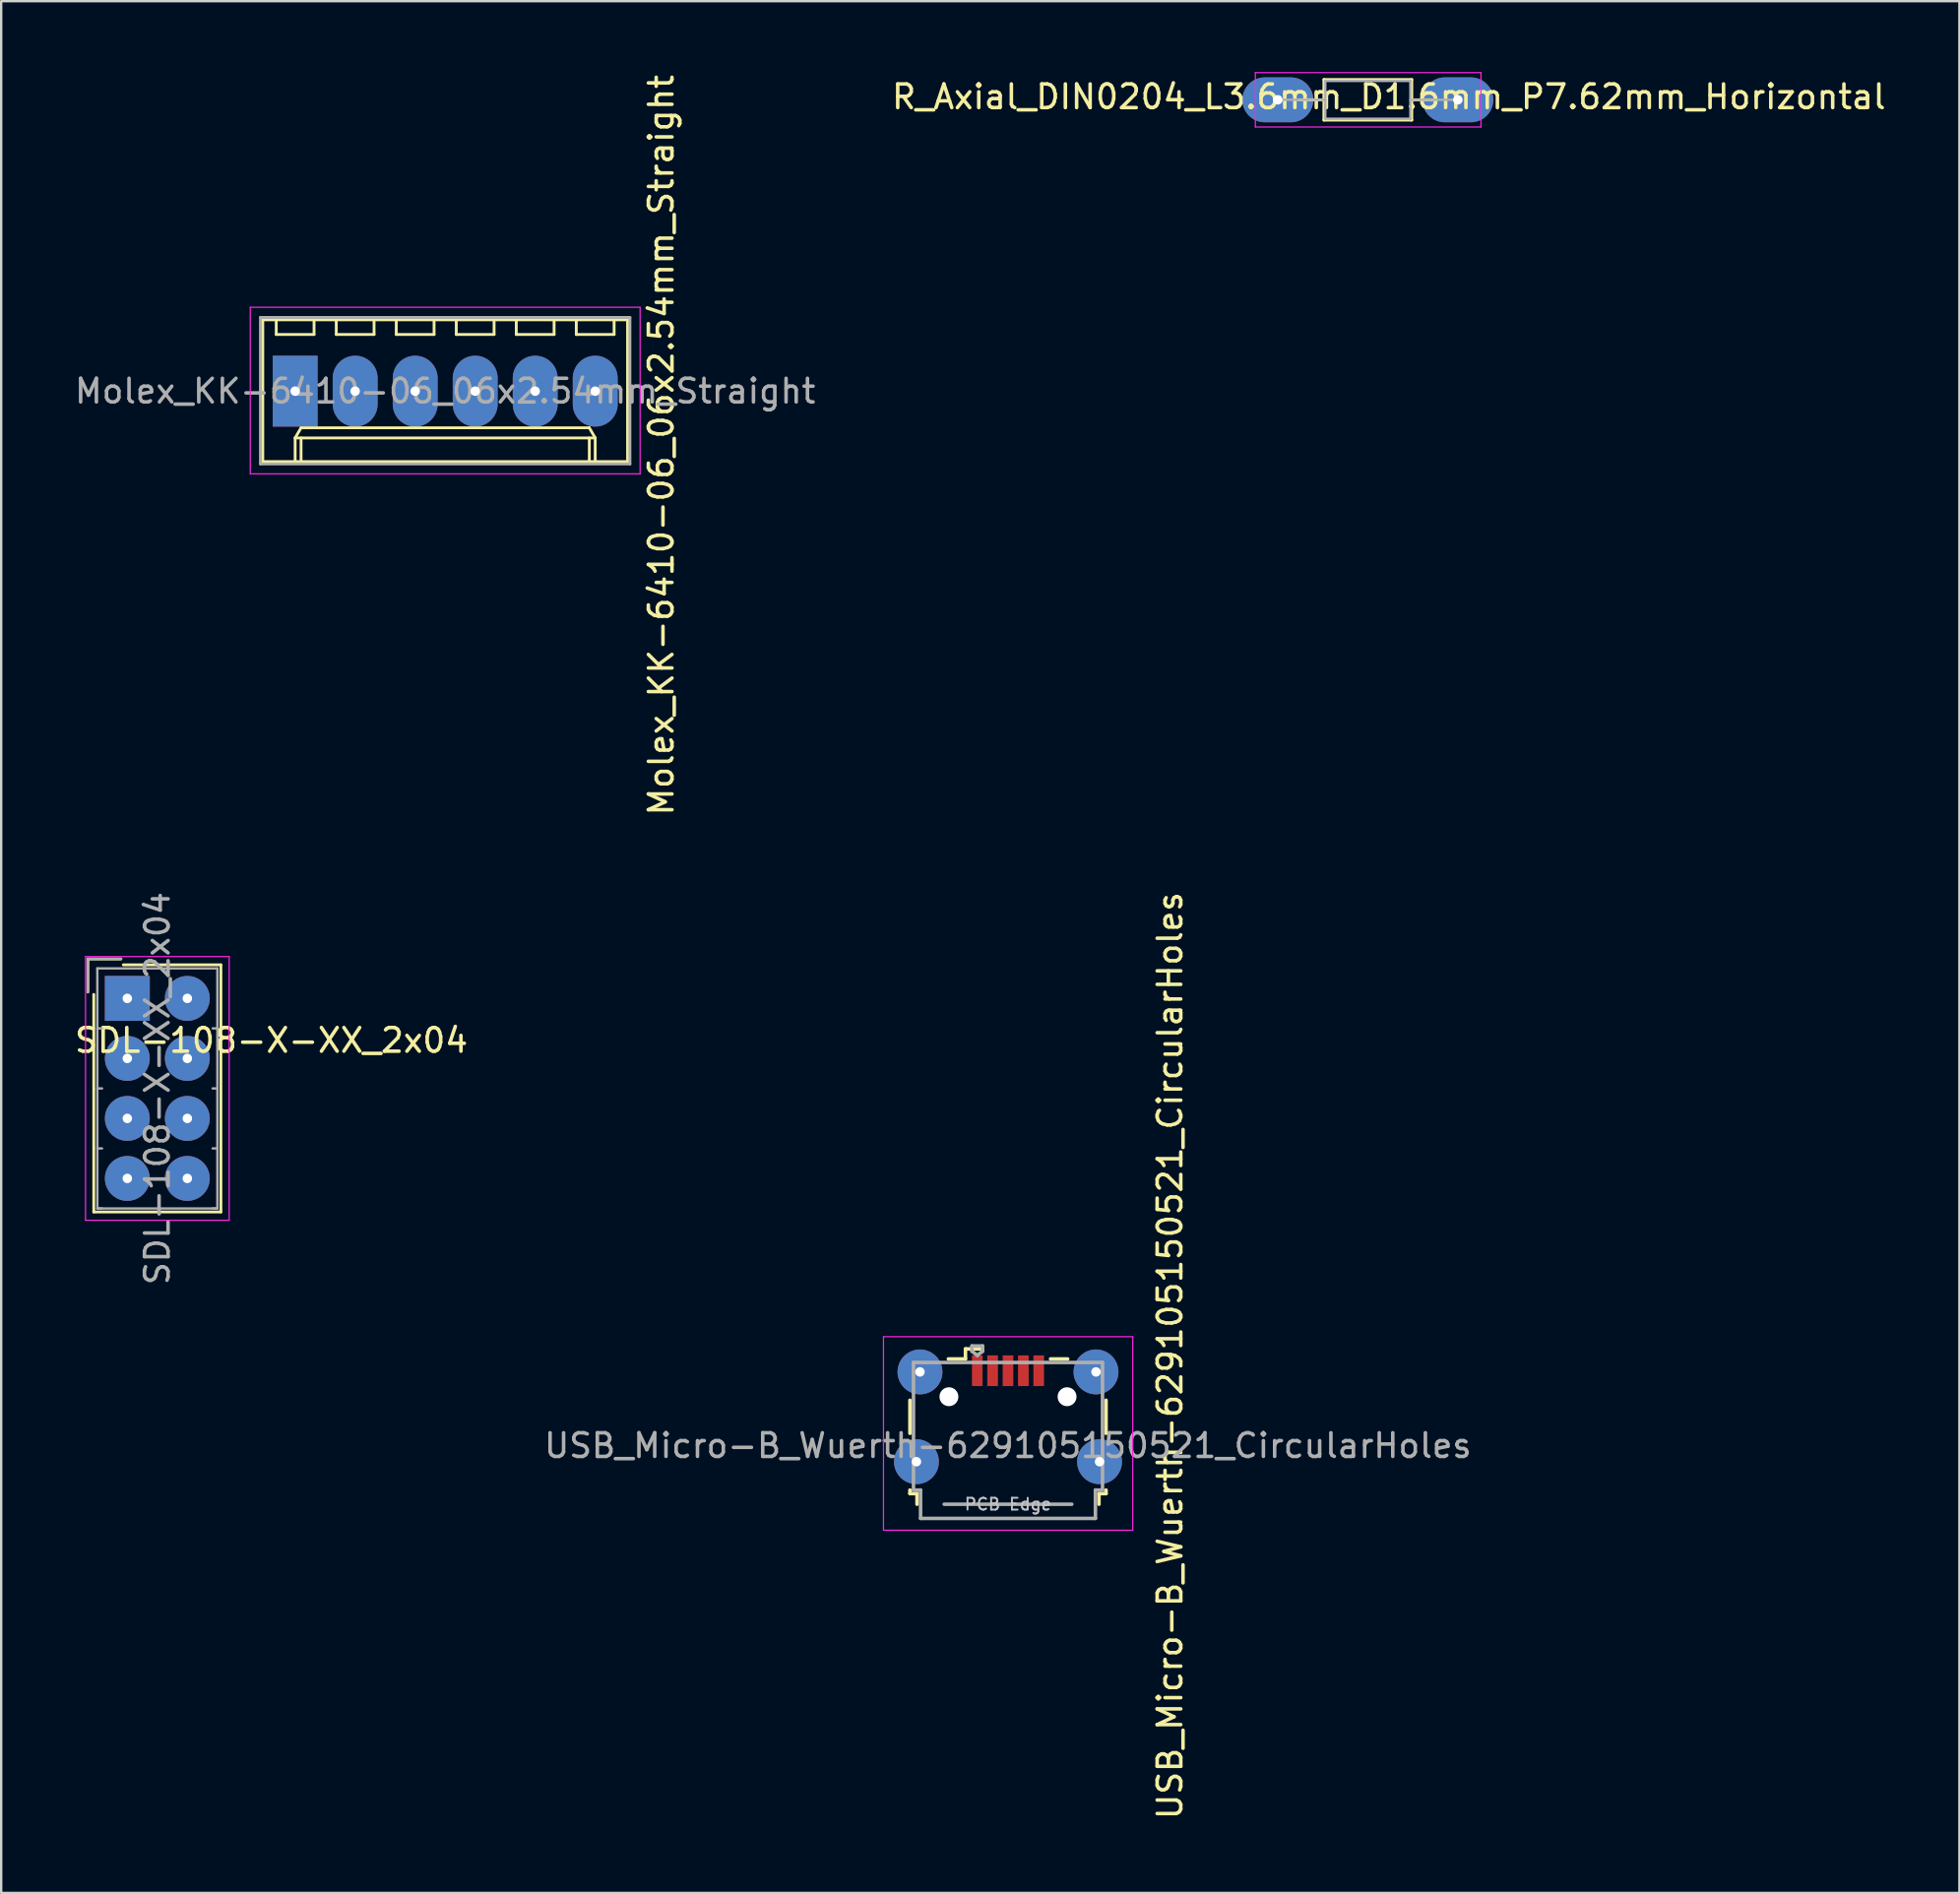
<source format=kicad_pcb>
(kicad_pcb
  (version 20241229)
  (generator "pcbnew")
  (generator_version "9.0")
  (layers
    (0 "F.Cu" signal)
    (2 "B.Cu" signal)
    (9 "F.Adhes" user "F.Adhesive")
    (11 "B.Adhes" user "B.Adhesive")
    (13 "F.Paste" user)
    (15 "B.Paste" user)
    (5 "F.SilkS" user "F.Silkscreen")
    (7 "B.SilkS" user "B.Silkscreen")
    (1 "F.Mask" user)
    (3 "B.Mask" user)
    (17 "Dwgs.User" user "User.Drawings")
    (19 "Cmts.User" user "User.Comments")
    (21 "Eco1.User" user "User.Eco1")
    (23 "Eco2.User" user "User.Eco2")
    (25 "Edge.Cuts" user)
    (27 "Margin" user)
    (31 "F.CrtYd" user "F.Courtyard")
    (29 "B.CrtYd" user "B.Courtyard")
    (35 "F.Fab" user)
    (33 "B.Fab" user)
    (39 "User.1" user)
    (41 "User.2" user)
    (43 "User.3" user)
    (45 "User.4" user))
  (footprint "USB_Micro-B_Wuerth-629105150521_CircularHoles"
    (layer "F.Cu")
    (at 39.613 56.867)
    (property "Reference" "USB_Micro-B_Wuerth-629105150521_CircularHoles" (at 6.858 -2.54 90) (layer "F.SilkS") (effects (font (size 1 1) (thickness 0.15))))
    (attr smd)
    (fp_line (start -4.15 -0.65) (end -4.15 0.75) (stroke (width 0.15) (type solid)) (layer "F.SilkS"))
    (fp_line (start -4.15 3.15) (end -4.15 3.3) (stroke (width 0.15) (type solid)) (layer "F.SilkS"))
    (fp_line (start -4.15 3.3) (end -3.85 3.3) (stroke (width 0.15) (type solid)) (layer "F.SilkS"))
    (fp_line (start -3.85 3.3) (end -3.85 3.75) (stroke (width 0.15) (type solid)) (layer "F.SilkS"))
    (fp_line (start -1.8 -2.825) (end -1.8 -2.4) (stroke (width 0.15) (type solid)) (layer "F.SilkS"))
    (fp_line (start -1.8 -2.4) (end -2.525 -2.4) (stroke (width 0.15) (type solid)) (layer "F.SilkS"))
    (fp_line (start -1.075 -2.825) (end -1.8 -2.825) (stroke (width 0.15) (type solid)) (layer "F.SilkS"))
    (fp_line (start 1.8 -2.4) (end 2.525 -2.4) (stroke (width 0.15) (type solid)) (layer "F.SilkS"))
    (fp_line (start 3.85 3.3) (end 4.15 3.3) (stroke (width 0.15) (type solid)) (layer "F.SilkS"))
    (fp_line (start 3.85 3.75) (end 3.85 3.3) (stroke (width 0.15) (type solid)) (layer "F.SilkS"))
    (fp_line (start 4.15 0.75) (end 4.15 -0.65) (stroke (width 0.15) (type solid)) (layer "F.SilkS"))
    (fp_line (start 4.15 3.3) (end 4.15 3.15) (stroke (width 0.15) (type solid)) (layer "F.SilkS"))
    (fp_line (start -5.27 -3.34) (end -5.27 4.85) (stroke (width 0.05) (type solid)) (layer "F.CrtYd"))
    (fp_line (start -5.27 4.85) (end 5.28 4.85) (stroke (width 0.05) (type solid)) (layer "F.CrtYd"))
    (fp_line (start 5.28 -3.34) (end -5.27 -3.34) (stroke (width 0.05) (type solid)) (layer "F.CrtYd"))
    (fp_line (start 5.28 4.85) (end 5.28 -3.34) (stroke (width 0.05) (type solid)) (layer "F.CrtYd"))
    (fp_line (start -4 -2.25) (end -4 3.15) (stroke (width 0.15) (type solid)) (layer "F.Fab"))
    (fp_line (start -4 3.15) (end -3.7 3.15) (stroke (width 0.15) (type solid)) (layer "F.Fab"))
    (fp_line (start -3.7 3.15) (end -3.7 4.35) (stroke (width 0.15) (type solid)) (layer "F.Fab"))
    (fp_line (start -3.7 4.35) (end 3.7 4.35) (stroke (width 0.15) (type solid)) (layer "F.Fab"))
    (fp_line (start -2.7 3.75) (end 2.7 3.75) (stroke (width 0.15) (type solid)) (layer "F.Fab"))
    (fp_line (start -1.525 -2.95) (end -1.075 -2.95) (stroke (width 0.15) (type solid)) (layer "F.Fab"))
    (fp_line (start -1.525 -2.725) (end -1.525 -2.95) (stroke (width 0.15) (type solid)) (layer "F.Fab"))
    (fp_line (start -1.3 -2.55) (end -1.525 -2.725) (stroke (width 0.15) (type solid)) (layer "F.Fab"))
    (fp_line (start -1.075 -2.95) (end -1.075 -2.725) (stroke (width 0.15) (type solid)) (layer "F.Fab"))
    (fp_line (start -1.075 -2.725) (end -1.3 -2.55) (stroke (width 0.15) (type solid)) (layer "F.Fab"))
    (fp_line (start 3.7 3.15) (end 4 3.15) (stroke (width 0.15) (type solid)) (layer "F.Fab"))
    (fp_line (start 3.7 4.35) (end 3.7 3.15) (stroke (width 0.15) (type solid)) (layer "F.Fab"))
    (fp_line (start 4 -2.25) (end -4 -2.25) (stroke (width 0.15) (type solid)) (layer "F.Fab"))
    (fp_line (start 4 3.15) (end 4 -2.25) (stroke (width 0.15) (type solid)) (layer "F.Fab"))
    (fp_text user "PCB Edge" (at 0 3.75 0) (layer "Dwgs.User") (effects (font (size 0.5 0.5) (thickness 0.08))))
    (fp_text user "${REFERENCE}" (at 0 1.27 0) (layer "F.Fab") (effects (font (size 1 1) (thickness 0.15))))
    (pad "" np_thru_hole circle (at -2.5 -0.8) (size 0.8 0.8) (drill 0.8) (layers "*.Cu" "*.Mask"))
    (pad "" np_thru_hole circle (at 2.5 -0.8) (size 0.8 0.8) (drill 0.8) (layers "*.Cu" "*.Mask"))
    (pad "1" smd rect (at -1.3 -1.9) (size 0.45 1.3) (layers "F.Cu" "F.Mask" "F.Paste"))
    (pad "2" smd rect (at -0.65 -1.9) (size 0.45 1.3) (layers "F.Cu" "F.Mask" "F.Paste"))
    (pad "3" smd rect (at 0 -1.9) (size 0.45 1.3) (layers "F.Cu" "F.Mask" "F.Paste"))
    (pad "4" smd rect (at 0.65 -1.9) (size 0.45 1.3) (layers "F.Cu" "F.Mask" "F.Paste"))
    (pad "5" smd rect (at 1.3 -1.9) (size 0.45 1.3) (layers "F.Cu" "F.Mask" "F.Paste"))
    (pad "6" thru_hole circle (at -3.875 1.95) (size 1.9 1.9) (drill 0.4) (layers "*.Cu" "*.Mask"))
    (pad "6" thru_hole circle (at -3.725 -1.85) (size 1.9 1.9) (drill 0.4) (layers "*.Cu" "*.Mask"))
    (pad "6" thru_hole circle (at 3.725 -1.85) (size 1.9 1.9) (drill 0.4) (layers "*.Cu" "*.Mask"))
    (pad "6" thru_hole circle (at 3.875 1.95) (size 1.9 1.9) (drill 0.4) (layers "*.Cu" "*.Mask")))
  (footprint "SDL-108-X-XX_2x04"
    (layer "F.Cu")
    (at 2.339 39.208)
    (property "Reference" "SDL-108-X-XX_2x04" (at 6.096 1.778 180) (layer "F.SilkS") (effects (font (size 1 1) (thickness 0.15))))
    (attr through_hole)
    (fp_line (start -1.67 -1.67) (end -1.67 -0.27) (stroke (width 0.12) (type solid)) (layer "F.SilkS"))
    (fp_line (start -1.42 9.04) (end -1.42 -0.17) (stroke (width 0.12) (type solid)) (layer "F.SilkS"))
    (fp_line (start -0.27 -1.67) (end -1.67 -1.67) (stroke (width 0.12) (type solid)) (layer "F.SilkS"))
    (fp_line (start -0.17 -1.42) (end 3.96 -1.42) (stroke (width 0.12) (type solid)) (layer "F.SilkS"))
    (fp_line (start 3.96 -1.42) (end 3.96 9.04) (stroke (width 0.12) (type solid)) (layer "F.SilkS"))
    (fp_line (start 3.96 9.04) (end -1.42 9.04) (stroke (width 0.12) (type solid)) (layer "F.SilkS"))
    (fp_line (start -1.77 -1.77) (end -1.77 9.39) (stroke (width 0.05) (type solid)) (layer "F.CrtYd"))
    (fp_line (start -1.77 9.39) (end 4.31 9.39) (stroke (width 0.05) (type solid)) (layer "F.CrtYd"))
    (fp_line (start 4.31 -1.77) (end -1.77 -1.77) (stroke (width 0.05) (type solid)) (layer "F.CrtYd"))
    (fp_line (start 4.31 9.39) (end 4.31 -1.77) (stroke (width 0.05) (type solid)) (layer "F.CrtYd"))
    (fp_line (start -1.67 -1.67) (end -1.67 -0.27) (stroke (width 0.1) (type solid)) (layer "F.Fab"))
    (fp_line (start -1.27 -1.27) (end -1.27 8.89) (stroke (width 0.1) (type solid)) (layer "F.Fab"))
    (fp_line (start -1.27 1.27) (end -1.07 1.27) (stroke (width 0.1) (type solid)) (layer "F.Fab"))
    (fp_line (start -1.27 3.81) (end -1.07 3.81) (stroke (width 0.1) (type solid)) (layer "F.Fab"))
    (fp_line (start -1.27 6.35) (end -1.07 6.35) (stroke (width 0.1) (type solid)) (layer "F.Fab"))
    (fp_line (start -1.27 8.89) (end -1.07 8.89) (stroke (width 0.1) (type solid)) (layer "F.Fab"))
    (fp_line (start -1.27 8.89) (end 3.81 8.89) (stroke (width 0.1) (type solid)) (layer "F.Fab"))
    (fp_line (start -0.27 -1.67) (end -1.67 -1.67) (stroke (width 0.1) (type solid)) (layer "F.Fab"))
    (fp_line (start 3.81 -1.27) (end -1.27 -1.27) (stroke (width 0.1) (type solid)) (layer "F.Fab"))
    (fp_line (start 3.81 1.27) (end 3.61 1.27) (stroke (width 0.1) (type solid)) (layer "F.Fab"))
    (fp_line (start 3.81 3.81) (end 3.61 3.81) (stroke (width 0.1) (type solid)) (layer "F.Fab"))
    (fp_line (start 3.81 6.35) (end 3.61 6.35) (stroke (width 0.1) (type solid)) (layer "F.Fab"))
    (fp_line (start 3.81 8.89) (end 3.61 8.89) (stroke (width 0.1) (type solid)) (layer "F.Fab"))
    (fp_line (start 3.81 8.89) (end 3.81 -1.27) (stroke (width 0.1) (type solid)) (layer "F.Fab"))
    (fp_text user "${REFERENCE}" (at 1.27 3.81 90) (layer "F.Fab") (effects (font (size 1 1) (thickness 0.15))))
    (pad "1" thru_hole rect (at 0 0) (size 1.9 1.9) (drill 0.4) (layers "*.Cu" "*.Mask"))
    (pad "2" thru_hole circle (at 2.54 0) (size 1.9 1.9) (drill 0.4) (layers "*.Cu" "*.Mask"))
    (pad "3" thru_hole circle (at 0 2.54) (size 1.9 1.9) (drill 0.4) (layers "*.Cu" "*.Mask"))
    (pad "4" thru_hole circle (at 2.54 2.54) (size 1.9 1.9) (drill 0.4) (layers "*.Cu" "*.Mask"))
    (pad "5" thru_hole circle (at 0 5.08) (size 1.9 1.9) (drill 0.4) (layers "*.Cu" "*.Mask"))
    (pad "6" thru_hole circle (at 2.54 5.08) (size 1.9 1.9) (drill 0.4) (layers "*.Cu" "*.Mask"))
    (pad "7" thru_hole circle (at 0 7.62) (size 1.9 1.9) (drill 0.4) (layers "*.Cu" "*.Mask"))
    (pad "8" thru_hole circle (at 2.54 7.62) (size 1.9 1.9) (drill 0.4) (layers "*.Cu" "*.Mask")))
  (footprint "R_Axial_DIN0204_L3.6mm_D1.6mm_P7.62mm_Horizontal"
    (layer "F.Cu")
    (at 51.033 1.175)
    (property "Reference" "R_Axial_DIN0204_L3.6mm_D1.6mm_P7.62mm_Horizontal" (at 4.699 -0.127 180) (layer "F.SilkS") (effects (font (size 1 1) (thickness 0.15))))
    (attr through_hole)
    (fp_line (start 0.88 0) (end 1.95 0) (stroke (width 0.12) (type solid)) (layer "F.SilkS"))
    (fp_line (start 1.95 -0.86) (end 1.95 0.86) (stroke (width 0.12) (type solid)) (layer "F.SilkS"))
    (fp_line (start 1.95 0.86) (end 5.67 0.86) (stroke (width 0.12) (type solid)) (layer "F.SilkS"))
    (fp_line (start 5.67 -0.86) (end 1.95 -0.86) (stroke (width 0.12) (type solid)) (layer "F.SilkS"))
    (fp_line (start 5.67 0.86) (end 5.67 -0.86) (stroke (width 0.12) (type solid)) (layer "F.SilkS"))
    (fp_line (start 6.74 0) (end 5.67 0) (stroke (width 0.12) (type solid)) (layer "F.SilkS"))
    (fp_line (start -0.95 -1.15) (end -0.95 1.15) (stroke (width 0.05) (type solid)) (layer "F.CrtYd"))
    (fp_line (start -0.95 1.15) (end 8.6 1.15) (stroke (width 0.05) (type solid)) (layer "F.CrtYd"))
    (fp_line (start 8.6 -1.15) (end -0.95 -1.15) (stroke (width 0.05) (type solid)) (layer "F.CrtYd"))
    (fp_line (start 8.6 1.15) (end 8.6 -1.15) (stroke (width 0.05) (type solid)) (layer "F.CrtYd"))
    (fp_line (start 0 0) (end 2.01 0) (stroke (width 0.1) (type solid)) (layer "F.Fab"))
    (fp_line (start 2.01 -0.8) (end 2.01 0.8) (stroke (width 0.1) (type solid)) (layer "F.Fab"))
    (fp_line (start 2.01 0.8) (end 5.61 0.8) (stroke (width 0.1) (type solid)) (layer "F.Fab"))
    (fp_line (start 5.61 -0.8) (end 2.01 -0.8) (stroke (width 0.1) (type solid)) (layer "F.Fab"))
    (fp_line (start 5.61 0.8) (end 5.61 -0.8) (stroke (width 0.1) (type solid)) (layer "F.Fab"))
    (fp_line (start 7.62 0) (end 5.61 0) (stroke (width 0.1) (type solid)) (layer "F.Fab"))
    (pad "1" thru_hole oval (at 0 0) (size 3 1.9) (drill 0.4) (layers "*.Cu" "*.Mask"))
    (pad "2" thru_hole oval (at 7.62 0) (size 3 1.9) (drill 0.4) (layers "*.Cu" "*.Mask")))
  (footprint "Molex_KK-6410-06_06x2.54mm_Straight"
    (layer "F.Cu")
    (at 9.442 13.506)
    (property "Reference" "Molex_KK-6410-06_06x2.54mm_Straight" (at 15.494 2.286 270) (layer "F.SilkS") (effects (font (size 1 1) (thickness 0.15))))
    (attr through_hole)
    (fp_line (start -1.37 -3.02) (end -1.37 2.98) (stroke (width 0.12) (type solid)) (layer "F.SilkS"))
    (fp_line (start -1.37 2.98) (end 14.07 2.98) (stroke (width 0.12) (type solid)) (layer "F.SilkS"))
    (fp_line (start -0.8 -3.02) (end -0.8 -2.4) (stroke (width 0.12) (type solid)) (layer "F.SilkS"))
    (fp_line (start -0.8 -2.4) (end 0.8 -2.4) (stroke (width 0.12) (type solid)) (layer "F.SilkS"))
    (fp_line (start 0 1.98) (end 0.25 1.55) (stroke (width 0.12) (type solid)) (layer "F.SilkS"))
    (fp_line (start 0 1.98) (end 12.7 1.98) (stroke (width 0.12) (type solid)) (layer "F.SilkS"))
    (fp_line (start 0 2.98) (end 0 1.98) (stroke (width 0.12) (type solid)) (layer "F.SilkS"))
    (fp_line (start 0.25 1.55) (end 12.45 1.55) (stroke (width 0.12) (type solid)) (layer "F.SilkS"))
    (fp_line (start 0.25 2.98) (end 0.25 1.98) (stroke (width 0.12) (type solid)) (layer "F.SilkS"))
    (fp_line (start 0.8 -2.4) (end 0.8 -3.02) (stroke (width 0.12) (type solid)) (layer "F.SilkS"))
    (fp_line (start 1.74 -3.02) (end 1.74 -2.4) (stroke (width 0.12) (type solid)) (layer "F.SilkS"))
    (fp_line (start 1.74 -2.4) (end 3.34 -2.4) (stroke (width 0.12) (type solid)) (layer "F.SilkS"))
    (fp_line (start 3.34 -2.4) (end 3.34 -3.02) (stroke (width 0.12) (type solid)) (layer "F.SilkS"))
    (fp_line (start 4.28 -3.02) (end 4.28 -2.4) (stroke (width 0.12) (type solid)) (layer "F.SilkS"))
    (fp_line (start 4.28 -2.4) (end 5.88 -2.4) (stroke (width 0.12) (type solid)) (layer "F.SilkS"))
    (fp_line (start 5.88 -2.4) (end 5.88 -3.02) (stroke (width 0.12) (type solid)) (layer "F.SilkS"))
    (fp_line (start 6.82 -3.02) (end 6.82 -2.4) (stroke (width 0.12) (type solid)) (layer "F.SilkS"))
    (fp_line (start 6.82 -2.4) (end 8.42 -2.4) (stroke (width 0.12) (type solid)) (layer "F.SilkS"))
    (fp_line (start 8.42 -2.4) (end 8.42 -3.02) (stroke (width 0.12) (type solid)) (layer "F.SilkS"))
    (fp_line (start 9.36 -3.02) (end 9.36 -2.4) (stroke (width 0.12) (type solid)) (layer "F.SilkS"))
    (fp_line (start 9.36 -2.4) (end 10.96 -2.4) (stroke (width 0.12) (type solid)) (layer "F.SilkS"))
    (fp_line (start 10.96 -2.4) (end 10.96 -3.02) (stroke (width 0.12) (type solid)) (layer "F.SilkS"))
    (fp_line (start 11.9 -3.02) (end 11.9 -2.4) (stroke (width 0.12) (type solid)) (layer "F.SilkS"))
    (fp_line (start 11.9 -2.4) (end 13.5 -2.4) (stroke (width 0.12) (type solid)) (layer "F.SilkS"))
    (fp_line (start 12.45 1.55) (end 12.7 1.98) (stroke (width 0.12) (type solid)) (layer "F.SilkS"))
    (fp_line (start 12.45 2.98) (end 12.45 1.98) (stroke (width 0.12) (type solid)) (layer "F.SilkS"))
    (fp_line (start 12.7 1.98) (end 12.7 2.98) (stroke (width 0.12) (type solid)) (layer "F.SilkS"))
    (fp_line (start 13.5 -2.4) (end 13.5 -3.02) (stroke (width 0.12) (type solid)) (layer "F.SilkS"))
    (fp_line (start 14.07 -3.02) (end -1.37 -3.02) (stroke (width 0.12) (type solid)) (layer "F.SilkS"))
    (fp_line (start 14.07 2.98) (end 14.07 -3.02) (stroke (width 0.12) (type solid)) (layer "F.SilkS"))
    (fp_line (start -1.9 -3.55) (end 14.6 -3.55) (stroke (width 0.05) (type solid)) (layer "F.CrtYd"))
    (fp_line (start -1.9 3.5) (end -1.9 -3.55) (stroke (width 0.05) (type solid)) (layer "F.CrtYd"))
    (fp_line (start 14.6 -3.55) (end 14.6 3.5) (stroke (width 0.05) (type solid)) (layer "F.CrtYd"))
    (fp_line (start 14.6 3.5) (end -1.9 3.5) (stroke (width 0.05) (type solid)) (layer "F.CrtYd"))
    (fp_line (start -1.47 -3.12) (end -1.47 3.08) (stroke (width 0.12) (type solid)) (layer "F.Fab"))
    (fp_line (start -1.47 3.08) (end 14.17 3.08) (stroke (width 0.12) (type solid)) (layer "F.Fab"))
    (fp_line (start 14.17 -3.12) (end -1.47 -3.12) (stroke (width 0.12) (type solid)) (layer "F.Fab"))
    (fp_line (start 14.17 3.08) (end 14.17 -3.12) (stroke (width 0.12) (type solid)) (layer "F.Fab"))
    (fp_text user "${REFERENCE}" (at 6.35 0 180) (layer "F.Fab") (effects (font (size 1 1) (thickness 0.15))))
    (pad "1" thru_hole rect (at 0 0) (size 1.9 3) (drill 0.4) (layers "*.Cu" "*.Mask"))
    (pad "2" thru_hole oval (at 2.54 0) (size 1.9 3) (drill 0.4) (layers "*.Cu" "*.Mask"))
    (pad "3" thru_hole oval (at 5.08 0) (size 1.9 3) (drill 0.4) (layers "*.Cu" "*.Mask"))
    (pad "4" thru_hole oval (at 7.62 0) (size 1.9 3) (drill 0.4) (layers "*.Cu" "*.Mask"))
    (pad "5" thru_hole oval (at 10.16 0) (size 1.9 3) (drill 0.4) (layers "*.Cu" "*.Mask"))
    (pad "6" thru_hole oval (at 12.7 0) (size 1.9 3) (drill 0.4) (layers "*.Cu" "*.Mask")))
  (gr_rect
    (start -3 -3)
    (end 79.881 77.071)
    (stroke (width 0.1) (type default))
    (fill no)
    (layer "Edge.Cuts")))
</source>
